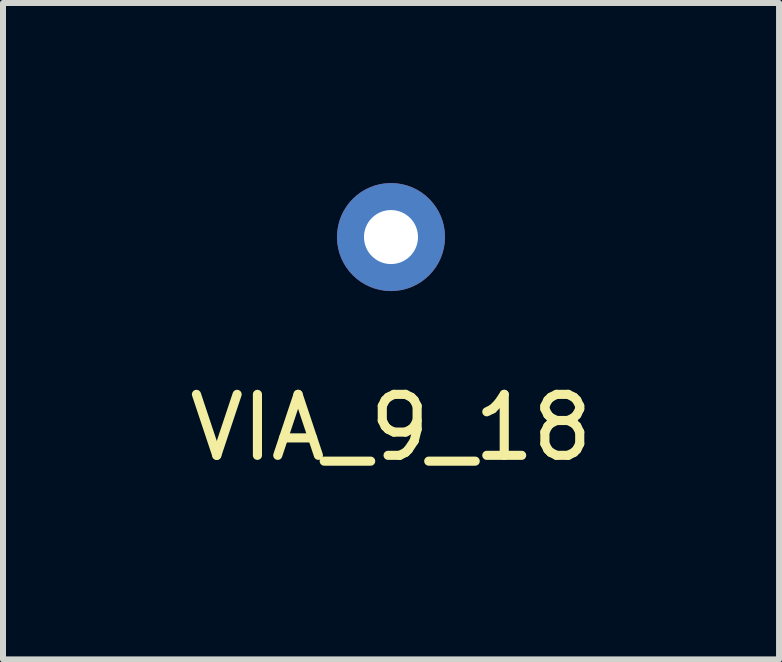
<source format=kicad_pcb>
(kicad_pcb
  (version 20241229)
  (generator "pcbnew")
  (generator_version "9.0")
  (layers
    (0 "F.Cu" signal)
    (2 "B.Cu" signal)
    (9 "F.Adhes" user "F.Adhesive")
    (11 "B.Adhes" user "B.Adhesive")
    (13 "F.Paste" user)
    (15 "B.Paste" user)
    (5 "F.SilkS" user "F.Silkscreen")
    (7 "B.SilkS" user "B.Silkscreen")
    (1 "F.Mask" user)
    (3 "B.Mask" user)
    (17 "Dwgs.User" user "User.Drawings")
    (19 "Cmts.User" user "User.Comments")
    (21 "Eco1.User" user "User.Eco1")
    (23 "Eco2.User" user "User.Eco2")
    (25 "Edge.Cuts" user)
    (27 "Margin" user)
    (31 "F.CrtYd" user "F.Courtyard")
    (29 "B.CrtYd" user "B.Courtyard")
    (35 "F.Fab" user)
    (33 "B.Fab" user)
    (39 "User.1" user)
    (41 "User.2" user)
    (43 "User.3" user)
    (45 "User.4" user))
  (footprint "VIA_9_18"
    (layer "F.Cu")
    (at 3.465 0.9)
    (property "Reference" "VIA_9_18" (at 0 3.175 0) (layer "F.SilkS") (effects (font (size 1.016 1.016) (thickness 0.152))))
    (attr through_hole)
    (pad "1" thru_hole circle (at 0 0) (size 1.8 1.8) (drill 0.9) (layers "*.Cu" "*.Mask")))
  (gr_rect
    (start -3 -3)
    (end 9.931 7.937)
    (stroke (width 0.1) (type default))
    (fill no)
    (layer "Edge.Cuts")))
</source>
